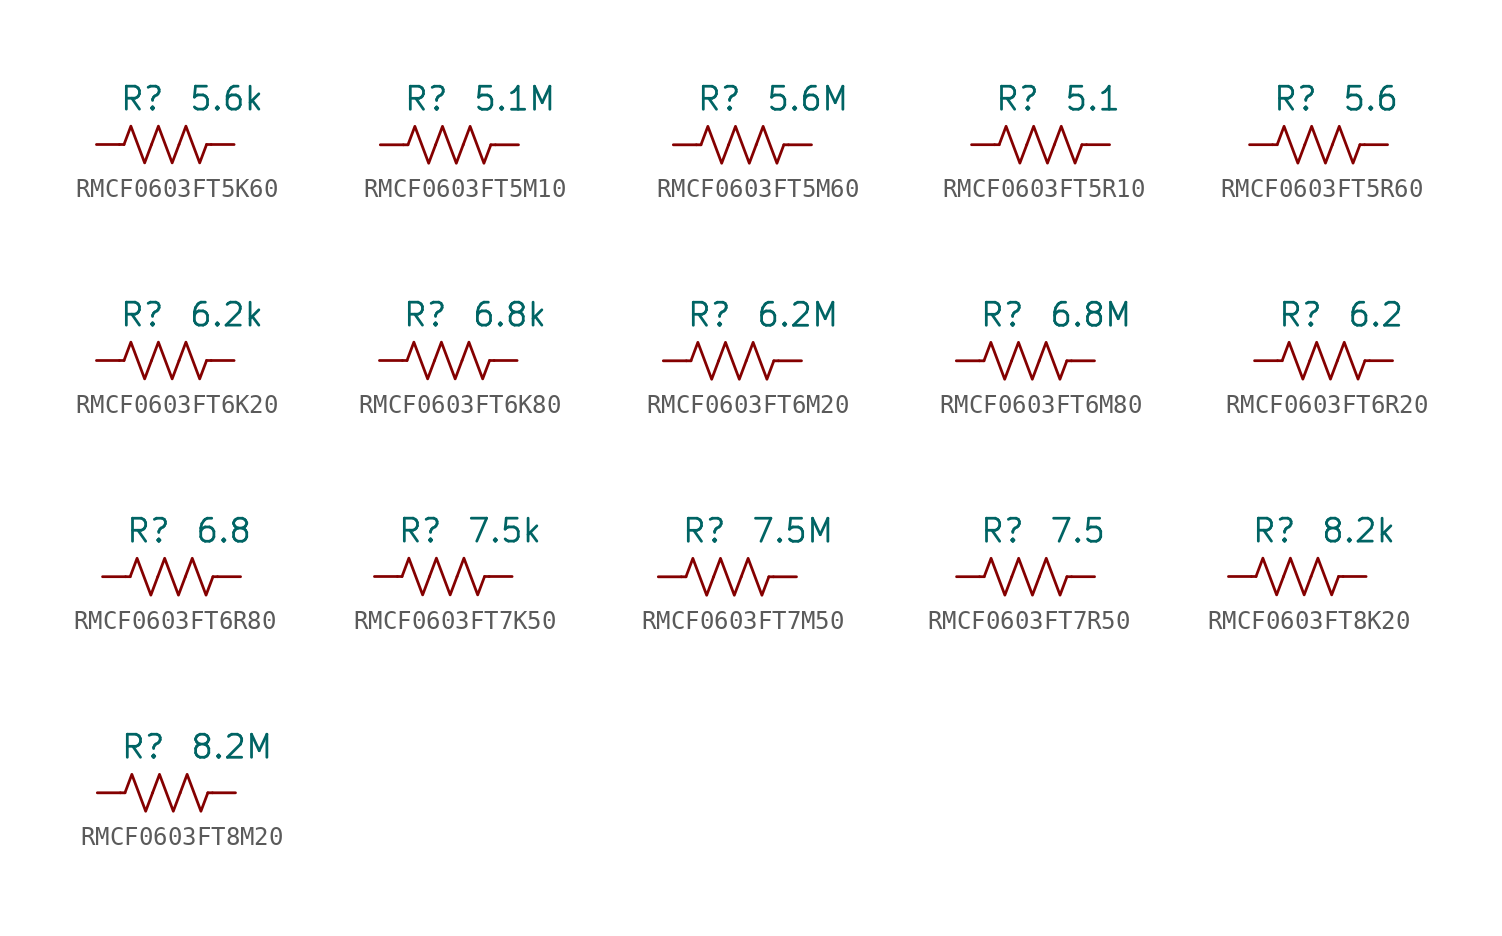
<source format=kicad_sym>
(kicad_symbol_lib
  (version 20241209)
  (generator "kicad_symbol_editor")
  (generator_version "9.0")
  (symbol "RMCF0603FT5K60"
    (pin_numbers
      (hide yes))
    (property "Reference" "R"
      (at 0 2.54 0)
      (effects (font (size 1.27 1.27)) (justify right)))
    (property "Value" "5.6k"
      (at 1.27 2.54 0)
      (effects (font (size 1.27 1.27)) (justify left)))
    (symbol "RMCF0603FT5K60_0_1"
      (polyline (pts (xy -2.286 0) (xy -2.54 0)) (stroke (width 0) (type default)) (fill (type none)))
      (polyline (pts (xy -2.286 0) (xy -1.905 1.016) (xy -1.524 0) (xy -1.143 -1.016) (xy -0.762 0)) (stroke (width 0) (type default)) (fill (type none)))
      (polyline (pts (xy -0.762 0) (xy -0.381 1.016) (xy 0 0) (xy 0.381 -1.016) (xy 0.762 0)) (stroke (width 0) (type default)) (fill (type none)))
      (polyline (pts (xy 0.762 0) (xy 1.143 1.016) (xy 1.524 0) (xy 1.905 -1.016) (xy 2.286 0)) (stroke (width 0) (type default)) (fill (type none)))
      (polyline (pts (xy 2.286 0) (xy 2.54 0)) (stroke (width 0) (type default)) (fill (type none))))
    (symbol "RMCF0603FT5K60_1_1"
      (pin passive line (at -3.81 0 0) (length 1.27) (name "~" (effects (font (size 1.27 1.27)))) (number "1" (effects (font (size 1.27 1.27)))))
      (pin passive line (at 3.81 0 180) (length 1.27) (name "~" (effects (font (size 1.27 1.27)))) (number "2" (effects (font (size 1.27 1.27)))))))
  (symbol "RMCF0603FT5M10"
    (pin_numbers
      (hide yes))
    (property "Reference" "R"
      (at 0 2.54 0)
      (effects (font (size 1.27 1.27)) (justify right)))
    (property "Value" "5.1M"
      (at 1.27 2.54 0)
      (effects (font (size 1.27 1.27)) (justify left)))
    (symbol "RMCF0603FT5M10_0_1"
      (polyline (pts (xy -2.286 0) (xy -2.54 0)) (stroke (width 0) (type default)) (fill (type none)))
      (polyline (pts (xy -2.286 0) (xy -1.905 1.016) (xy -1.524 0) (xy -1.143 -1.016) (xy -0.762 0)) (stroke (width 0) (type default)) (fill (type none)))
      (polyline (pts (xy -0.762 0) (xy -0.381 1.016) (xy 0 0) (xy 0.381 -1.016) (xy 0.762 0)) (stroke (width 0) (type default)) (fill (type none)))
      (polyline (pts (xy 0.762 0) (xy 1.143 1.016) (xy 1.524 0) (xy 1.905 -1.016) (xy 2.286 0)) (stroke (width 0) (type default)) (fill (type none)))
      (polyline (pts (xy 2.286 0) (xy 2.54 0)) (stroke (width 0) (type default)) (fill (type none))))
    (symbol "RMCF0603FT5M10_1_1"
      (pin passive line (at -3.81 0 0) (length 1.27) (name "~" (effects (font (size 1.27 1.27)))) (number "1" (effects (font (size 1.27 1.27)))))
      (pin passive line (at 3.81 0 180) (length 1.27) (name "~" (effects (font (size 1.27 1.27)))) (number "2" (effects (font (size 1.27 1.27)))))))
  (symbol "RMCF0603FT5M60"
    (pin_numbers
      (hide yes))
    (property "Reference" "R"
      (at 0 2.54 0)
      (effects (font (size 1.27 1.27)) (justify right)))
    (property "Value" "5.6M"
      (at 1.27 2.54 0)
      (effects (font (size 1.27 1.27)) (justify left)))
    (symbol "RMCF0603FT5M60_0_1"
      (polyline (pts (xy -2.286 0) (xy -2.54 0)) (stroke (width 0) (type default)) (fill (type none)))
      (polyline (pts (xy -2.286 0) (xy -1.905 1.016) (xy -1.524 0) (xy -1.143 -1.016) (xy -0.762 0)) (stroke (width 0) (type default)) (fill (type none)))
      (polyline (pts (xy -0.762 0) (xy -0.381 1.016) (xy 0 0) (xy 0.381 -1.016) (xy 0.762 0)) (stroke (width 0) (type default)) (fill (type none)))
      (polyline (pts (xy 0.762 0) (xy 1.143 1.016) (xy 1.524 0) (xy 1.905 -1.016) (xy 2.286 0)) (stroke (width 0) (type default)) (fill (type none)))
      (polyline (pts (xy 2.286 0) (xy 2.54 0)) (stroke (width 0) (type default)) (fill (type none))))
    (symbol "RMCF0603FT5M60_1_1"
      (pin passive line (at -3.81 0 0) (length 1.27) (name "~" (effects (font (size 1.27 1.27)))) (number "1" (effects (font (size 1.27 1.27)))))
      (pin passive line (at 3.81 0 180) (length 1.27) (name "~" (effects (font (size 1.27 1.27)))) (number "2" (effects (font (size 1.27 1.27)))))))
  (symbol "RMCF0603FT5R10"
    (pin_numbers
      (hide yes))
    (property "Reference" "R"
      (at 0 2.54 0)
      (effects (font (size 1.27 1.27)) (justify right)))
    (property "Value" "5.1"
      (at 1.27 2.54 0)
      (effects (font (size 1.27 1.27)) (justify left)))
    (symbol "RMCF0603FT5R10_0_1"
      (polyline (pts (xy -2.286 0) (xy -2.54 0)) (stroke (width 0) (type default)) (fill (type none)))
      (polyline (pts (xy -2.286 0) (xy -1.905 1.016) (xy -1.524 0) (xy -1.143 -1.016) (xy -0.762 0)) (stroke (width 0) (type default)) (fill (type none)))
      (polyline (pts (xy -0.762 0) (xy -0.381 1.016) (xy 0 0) (xy 0.381 -1.016) (xy 0.762 0)) (stroke (width 0) (type default)) (fill (type none)))
      (polyline (pts (xy 0.762 0) (xy 1.143 1.016) (xy 1.524 0) (xy 1.905 -1.016) (xy 2.286 0)) (stroke (width 0) (type default)) (fill (type none)))
      (polyline (pts (xy 2.286 0) (xy 2.54 0)) (stroke (width 0) (type default)) (fill (type none))))
    (symbol "RMCF0603FT5R10_1_1"
      (pin passive line (at -3.81 0 0) (length 1.27) (name "~" (effects (font (size 1.27 1.27)))) (number "1" (effects (font (size 1.27 1.27)))))
      (pin passive line (at 3.81 0 180) (length 1.27) (name "~" (effects (font (size 1.27 1.27)))) (number "2" (effects (font (size 1.27 1.27)))))))
  (symbol "RMCF0603FT5R60"
    (pin_numbers
      (hide yes))
    (property "Reference" "R"
      (at 0 2.54 0)
      (effects (font (size 1.27 1.27)) (justify right)))
    (property "Value" "5.6"
      (at 1.27 2.54 0)
      (effects (font (size 1.27 1.27)) (justify left)))
    (symbol "RMCF0603FT5R60_0_1"
      (polyline (pts (xy -2.286 0) (xy -2.54 0)) (stroke (width 0) (type default)) (fill (type none)))
      (polyline (pts (xy -2.286 0) (xy -1.905 1.016) (xy -1.524 0) (xy -1.143 -1.016) (xy -0.762 0)) (stroke (width 0) (type default)) (fill (type none)))
      (polyline (pts (xy -0.762 0) (xy -0.381 1.016) (xy 0 0) (xy 0.381 -1.016) (xy 0.762 0)) (stroke (width 0) (type default)) (fill (type none)))
      (polyline (pts (xy 0.762 0) (xy 1.143 1.016) (xy 1.524 0) (xy 1.905 -1.016) (xy 2.286 0)) (stroke (width 0) (type default)) (fill (type none)))
      (polyline (pts (xy 2.286 0) (xy 2.54 0)) (stroke (width 0) (type default)) (fill (type none))))
    (symbol "RMCF0603FT5R60_1_1"
      (pin passive line (at -3.81 0 0) (length 1.27) (name "~" (effects (font (size 1.27 1.27)))) (number "1" (effects (font (size 1.27 1.27)))))
      (pin passive line (at 3.81 0 180) (length 1.27) (name "~" (effects (font (size 1.27 1.27)))) (number "2" (effects (font (size 1.27 1.27)))))))
  (symbol "RMCF0603FT6K20"
    (pin_numbers
      (hide yes))
    (property "Reference" "R"
      (at 0 2.54 0)
      (effects (font (size 1.27 1.27)) (justify right)))
    (property "Value" "6.2k"
      (at 1.27 2.54 0)
      (effects (font (size 1.27 1.27)) (justify left)))
    (symbol "RMCF0603FT6K20_0_1"
      (polyline (pts (xy -2.286 0) (xy -2.54 0)) (stroke (width 0) (type default)) (fill (type none)))
      (polyline (pts (xy -2.286 0) (xy -1.905 1.016) (xy -1.524 0) (xy -1.143 -1.016) (xy -0.762 0)) (stroke (width 0) (type default)) (fill (type none)))
      (polyline (pts (xy -0.762 0) (xy -0.381 1.016) (xy 0 0) (xy 0.381 -1.016) (xy 0.762 0)) (stroke (width 0) (type default)) (fill (type none)))
      (polyline (pts (xy 0.762 0) (xy 1.143 1.016) (xy 1.524 0) (xy 1.905 -1.016) (xy 2.286 0)) (stroke (width 0) (type default)) (fill (type none)))
      (polyline (pts (xy 2.286 0) (xy 2.54 0)) (stroke (width 0) (type default)) (fill (type none))))
    (symbol "RMCF0603FT6K20_1_1"
      (pin passive line (at -3.81 0 0) (length 1.27) (name "~" (effects (font (size 1.27 1.27)))) (number "1" (effects (font (size 1.27 1.27)))))
      (pin passive line (at 3.81 0 180) (length 1.27) (name "~" (effects (font (size 1.27 1.27)))) (number "2" (effects (font (size 1.27 1.27)))))))
  (symbol "RMCF0603FT6K80"
    (pin_numbers
      (hide yes))
    (property "Reference" "R"
      (at 0 2.54 0)
      (effects (font (size 1.27 1.27)) (justify right)))
    (property "Value" "6.8k"
      (at 1.27 2.54 0)
      (effects (font (size 1.27 1.27)) (justify left)))
    (symbol "RMCF0603FT6K80_0_1"
      (polyline (pts (xy -2.286 0) (xy -2.54 0)) (stroke (width 0) (type default)) (fill (type none)))
      (polyline (pts (xy -2.286 0) (xy -1.905 1.016) (xy -1.524 0) (xy -1.143 -1.016) (xy -0.762 0)) (stroke (width 0) (type default)) (fill (type none)))
      (polyline (pts (xy -0.762 0) (xy -0.381 1.016) (xy 0 0) (xy 0.381 -1.016) (xy 0.762 0)) (stroke (width 0) (type default)) (fill (type none)))
      (polyline (pts (xy 0.762 0) (xy 1.143 1.016) (xy 1.524 0) (xy 1.905 -1.016) (xy 2.286 0)) (stroke (width 0) (type default)) (fill (type none)))
      (polyline (pts (xy 2.286 0) (xy 2.54 0)) (stroke (width 0) (type default)) (fill (type none))))
    (symbol "RMCF0603FT6K80_1_1"
      (pin passive line (at -3.81 0 0) (length 1.27) (name "~" (effects (font (size 1.27 1.27)))) (number "1" (effects (font (size 1.27 1.27)))))
      (pin passive line (at 3.81 0 180) (length 1.27) (name "~" (effects (font (size 1.27 1.27)))) (number "2" (effects (font (size 1.27 1.27)))))))
  (symbol "RMCF0603FT6M20"
    (pin_numbers
      (hide yes))
    (property "Reference" "R"
      (at 0 2.54 0)
      (effects (font (size 1.27 1.27)) (justify right)))
    (property "Value" "6.2M"
      (at 1.27 2.54 0)
      (effects (font (size 1.27 1.27)) (justify left)))
    (symbol "RMCF0603FT6M20_0_1"
      (polyline (pts (xy -2.286 0) (xy -2.54 0)) (stroke (width 0) (type default)) (fill (type none)))
      (polyline (pts (xy -2.286 0) (xy -1.905 1.016) (xy -1.524 0) (xy -1.143 -1.016) (xy -0.762 0)) (stroke (width 0) (type default)) (fill (type none)))
      (polyline (pts (xy -0.762 0) (xy -0.381 1.016) (xy 0 0) (xy 0.381 -1.016) (xy 0.762 0)) (stroke (width 0) (type default)) (fill (type none)))
      (polyline (pts (xy 0.762 0) (xy 1.143 1.016) (xy 1.524 0) (xy 1.905 -1.016) (xy 2.286 0)) (stroke (width 0) (type default)) (fill (type none)))
      (polyline (pts (xy 2.286 0) (xy 2.54 0)) (stroke (width 0) (type default)) (fill (type none))))
    (symbol "RMCF0603FT6M20_1_1"
      (pin passive line (at -3.81 0 0) (length 1.27) (name "~" (effects (font (size 1.27 1.27)))) (number "1" (effects (font (size 1.27 1.27)))))
      (pin passive line (at 3.81 0 180) (length 1.27) (name "~" (effects (font (size 1.27 1.27)))) (number "2" (effects (font (size 1.27 1.27)))))))
  (symbol "RMCF0603FT6M80"
    (pin_numbers
      (hide yes))
    (property "Reference" "R"
      (at 0 2.54 0)
      (effects (font (size 1.27 1.27)) (justify right)))
    (property "Value" "6.8M"
      (at 1.27 2.54 0)
      (effects (font (size 1.27 1.27)) (justify left)))
    (symbol "RMCF0603FT6M80_0_1"
      (polyline (pts (xy -2.286 0) (xy -2.54 0)) (stroke (width 0) (type default)) (fill (type none)))
      (polyline (pts (xy -2.286 0) (xy -1.905 1.016) (xy -1.524 0) (xy -1.143 -1.016) (xy -0.762 0)) (stroke (width 0) (type default)) (fill (type none)))
      (polyline (pts (xy -0.762 0) (xy -0.381 1.016) (xy 0 0) (xy 0.381 -1.016) (xy 0.762 0)) (stroke (width 0) (type default)) (fill (type none)))
      (polyline (pts (xy 0.762 0) (xy 1.143 1.016) (xy 1.524 0) (xy 1.905 -1.016) (xy 2.286 0)) (stroke (width 0) (type default)) (fill (type none)))
      (polyline (pts (xy 2.286 0) (xy 2.54 0)) (stroke (width 0) (type default)) (fill (type none))))
    (symbol "RMCF0603FT6M80_1_1"
      (pin passive line (at -3.81 0 0) (length 1.27) (name "~" (effects (font (size 1.27 1.27)))) (number "1" (effects (font (size 1.27 1.27)))))
      (pin passive line (at 3.81 0 180) (length 1.27) (name "~" (effects (font (size 1.27 1.27)))) (number "2" (effects (font (size 1.27 1.27)))))))
  (symbol "RMCF0603FT6R20"
    (pin_numbers
      (hide yes))
    (property "Reference" "R"
      (at 0 2.54 0)
      (effects (font (size 1.27 1.27)) (justify right)))
    (property "Value" "6.2"
      (at 1.27 2.54 0)
      (effects (font (size 1.27 1.27)) (justify left)))
    (symbol "RMCF0603FT6R20_0_1"
      (polyline (pts (xy -2.286 0) (xy -2.54 0)) (stroke (width 0) (type default)) (fill (type none)))
      (polyline (pts (xy -2.286 0) (xy -1.905 1.016) (xy -1.524 0) (xy -1.143 -1.016) (xy -0.762 0)) (stroke (width 0) (type default)) (fill (type none)))
      (polyline (pts (xy -0.762 0) (xy -0.381 1.016) (xy 0 0) (xy 0.381 -1.016) (xy 0.762 0)) (stroke (width 0) (type default)) (fill (type none)))
      (polyline (pts (xy 0.762 0) (xy 1.143 1.016) (xy 1.524 0) (xy 1.905 -1.016) (xy 2.286 0)) (stroke (width 0) (type default)) (fill (type none)))
      (polyline (pts (xy 2.286 0) (xy 2.54 0)) (stroke (width 0) (type default)) (fill (type none))))
    (symbol "RMCF0603FT6R20_1_1"
      (pin passive line (at -3.81 0 0) (length 1.27) (name "~" (effects (font (size 1.27 1.27)))) (number "1" (effects (font (size 1.27 1.27)))))
      (pin passive line (at 3.81 0 180) (length 1.27) (name "~" (effects (font (size 1.27 1.27)))) (number "2" (effects (font (size 1.27 1.27)))))))
  (symbol "RMCF0603FT6R80"
    (pin_numbers
      (hide yes))
    (property "Reference" "R"
      (at 0 2.54 0)
      (effects (font (size 1.27 1.27)) (justify right)))
    (property "Value" "6.8"
      (at 1.27 2.54 0)
      (effects (font (size 1.27 1.27)) (justify left)))
    (symbol "RMCF0603FT6R80_0_1"
      (polyline (pts (xy -2.286 0) (xy -2.54 0)) (stroke (width 0) (type default)) (fill (type none)))
      (polyline (pts (xy -2.286 0) (xy -1.905 1.016) (xy -1.524 0) (xy -1.143 -1.016) (xy -0.762 0)) (stroke (width 0) (type default)) (fill (type none)))
      (polyline (pts (xy -0.762 0) (xy -0.381 1.016) (xy 0 0) (xy 0.381 -1.016) (xy 0.762 0)) (stroke (width 0) (type default)) (fill (type none)))
      (polyline (pts (xy 0.762 0) (xy 1.143 1.016) (xy 1.524 0) (xy 1.905 -1.016) (xy 2.286 0)) (stroke (width 0) (type default)) (fill (type none)))
      (polyline (pts (xy 2.286 0) (xy 2.54 0)) (stroke (width 0) (type default)) (fill (type none))))
    (symbol "RMCF0603FT6R80_1_1"
      (pin passive line (at -3.81 0 0) (length 1.27) (name "~" (effects (font (size 1.27 1.27)))) (number "1" (effects (font (size 1.27 1.27)))))
      (pin passive line (at 3.81 0 180) (length 1.27) (name "~" (effects (font (size 1.27 1.27)))) (number "2" (effects (font (size 1.27 1.27)))))))
  (symbol "RMCF0603FT7K50"
    (pin_numbers
      (hide yes))
    (property "Reference" "R"
      (at 0 2.54 0)
      (effects (font (size 1.27 1.27)) (justify right)))
    (property "Value" "7.5k"
      (at 1.27 2.54 0)
      (effects (font (size 1.27 1.27)) (justify left)))
    (symbol "RMCF0603FT7K50_0_1"
      (polyline (pts (xy -2.286 0) (xy -2.54 0)) (stroke (width 0) (type default)) (fill (type none)))
      (polyline (pts (xy -2.286 0) (xy -1.905 1.016) (xy -1.524 0) (xy -1.143 -1.016) (xy -0.762 0)) (stroke (width 0) (type default)) (fill (type none)))
      (polyline (pts (xy -0.762 0) (xy -0.381 1.016) (xy 0 0) (xy 0.381 -1.016) (xy 0.762 0)) (stroke (width 0) (type default)) (fill (type none)))
      (polyline (pts (xy 0.762 0) (xy 1.143 1.016) (xy 1.524 0) (xy 1.905 -1.016) (xy 2.286 0)) (stroke (width 0) (type default)) (fill (type none)))
      (polyline (pts (xy 2.286 0) (xy 2.54 0)) (stroke (width 0) (type default)) (fill (type none))))
    (symbol "RMCF0603FT7K50_1_1"
      (pin passive line (at -3.81 0 0) (length 1.27) (name "~" (effects (font (size 1.27 1.27)))) (number "1" (effects (font (size 1.27 1.27)))))
      (pin passive line (at 3.81 0 180) (length 1.27) (name "~" (effects (font (size 1.27 1.27)))) (number "2" (effects (font (size 1.27 1.27)))))))
  (symbol "RMCF0603FT7M50"
    (pin_numbers
      (hide yes))
    (property "Reference" "R"
      (at 0 2.54 0)
      (effects (font (size 1.27 1.27)) (justify right)))
    (property "Value" "7.5M"
      (at 1.27 2.54 0)
      (effects (font (size 1.27 1.27)) (justify left)))
    (symbol "RMCF0603FT7M50_0_1"
      (polyline (pts (xy -2.286 0) (xy -2.54 0)) (stroke (width 0) (type default)) (fill (type none)))
      (polyline (pts (xy -2.286 0) (xy -1.905 1.016) (xy -1.524 0) (xy -1.143 -1.016) (xy -0.762 0)) (stroke (width 0) (type default)) (fill (type none)))
      (polyline (pts (xy -0.762 0) (xy -0.381 1.016) (xy 0 0) (xy 0.381 -1.016) (xy 0.762 0)) (stroke (width 0) (type default)) (fill (type none)))
      (polyline (pts (xy 0.762 0) (xy 1.143 1.016) (xy 1.524 0) (xy 1.905 -1.016) (xy 2.286 0)) (stroke (width 0) (type default)) (fill (type none)))
      (polyline (pts (xy 2.286 0) (xy 2.54 0)) (stroke (width 0) (type default)) (fill (type none))))
    (symbol "RMCF0603FT7M50_1_1"
      (pin passive line (at -3.81 0 0) (length 1.27) (name "~" (effects (font (size 1.27 1.27)))) (number "1" (effects (font (size 1.27 1.27)))))
      (pin passive line (at 3.81 0 180) (length 1.27) (name "~" (effects (font (size 1.27 1.27)))) (number "2" (effects (font (size 1.27 1.27)))))))
  (symbol "RMCF0603FT7R50"
    (pin_numbers
      (hide yes))
    (property "Reference" "R"
      (at 0 2.54 0)
      (effects (font (size 1.27 1.27)) (justify right)))
    (property "Value" "7.5"
      (at 1.27 2.54 0)
      (effects (font (size 1.27 1.27)) (justify left)))
    (symbol "RMCF0603FT7R50_0_1"
      (polyline (pts (xy -2.286 0) (xy -2.54 0)) (stroke (width 0) (type default)) (fill (type none)))
      (polyline (pts (xy -2.286 0) (xy -1.905 1.016) (xy -1.524 0) (xy -1.143 -1.016) (xy -0.762 0)) (stroke (width 0) (type default)) (fill (type none)))
      (polyline (pts (xy -0.762 0) (xy -0.381 1.016) (xy 0 0) (xy 0.381 -1.016) (xy 0.762 0)) (stroke (width 0) (type default)) (fill (type none)))
      (polyline (pts (xy 0.762 0) (xy 1.143 1.016) (xy 1.524 0) (xy 1.905 -1.016) (xy 2.286 0)) (stroke (width 0) (type default)) (fill (type none)))
      (polyline (pts (xy 2.286 0) (xy 2.54 0)) (stroke (width 0) (type default)) (fill (type none))))
    (symbol "RMCF0603FT7R50_1_1"
      (pin passive line (at -3.81 0 0) (length 1.27) (name "~" (effects (font (size 1.27 1.27)))) (number "1" (effects (font (size 1.27 1.27)))))
      (pin passive line (at 3.81 0 180) (length 1.27) (name "~" (effects (font (size 1.27 1.27)))) (number "2" (effects (font (size 1.27 1.27)))))))
  (symbol "RMCF0603FT8K20"
    (pin_numbers
      (hide yes))
    (property "Reference" "R"
      (at 0 2.54 0)
      (effects (font (size 1.27 1.27)) (justify right)))
    (property "Value" "8.2k"
      (at 1.27 2.54 0)
      (effects (font (size 1.27 1.27)) (justify left)))
    (symbol "RMCF0603FT8K20_0_1"
      (polyline (pts (xy -2.286 0) (xy -2.54 0)) (stroke (width 0) (type default)) (fill (type none)))
      (polyline (pts (xy -2.286 0) (xy -1.905 1.016) (xy -1.524 0) (xy -1.143 -1.016) (xy -0.762 0)) (stroke (width 0) (type default)) (fill (type none)))
      (polyline (pts (xy -0.762 0) (xy -0.381 1.016) (xy 0 0) (xy 0.381 -1.016) (xy 0.762 0)) (stroke (width 0) (type default)) (fill (type none)))
      (polyline (pts (xy 0.762 0) (xy 1.143 1.016) (xy 1.524 0) (xy 1.905 -1.016) (xy 2.286 0)) (stroke (width 0) (type default)) (fill (type none)))
      (polyline (pts (xy 2.286 0) (xy 2.54 0)) (stroke (width 0) (type default)) (fill (type none))))
    (symbol "RMCF0603FT8K20_1_1"
      (pin passive line (at -3.81 0 0) (length 1.27) (name "~" (effects (font (size 1.27 1.27)))) (number "1" (effects (font (size 1.27 1.27)))))
      (pin passive line (at 3.81 0 180) (length 1.27) (name "~" (effects (font (size 1.27 1.27)))) (number "2" (effects (font (size 1.27 1.27)))))))
  (symbol "RMCF0603FT8M20"
    (pin_numbers
      (hide yes))
    (property "Reference" "R"
      (at 0 2.54 0)
      (effects (font (size 1.27 1.27)) (justify right)))
    (property "Value" "8.2M"
      (at 1.27 2.54 0)
      (effects (font (size 1.27 1.27)) (justify left)))
    (symbol "RMCF0603FT8M20_0_1"
      (polyline (pts (xy -2.286 0) (xy -2.54 0)) (stroke (width 0) (type default)) (fill (type none)))
      (polyline (pts (xy -2.286 0) (xy -1.905 1.016) (xy -1.524 0) (xy -1.143 -1.016) (xy -0.762 0)) (stroke (width 0) (type default)) (fill (type none)))
      (polyline (pts (xy -0.762 0) (xy -0.381 1.016) (xy 0 0) (xy 0.381 -1.016) (xy 0.762 0)) (stroke (width 0) (type default)) (fill (type none)))
      (polyline (pts (xy 0.762 0) (xy 1.143 1.016) (xy 1.524 0) (xy 1.905 -1.016) (xy 2.286 0)) (stroke (width 0) (type default)) (fill (type none)))
      (polyline (pts (xy 2.286 0) (xy 2.54 0)) (stroke (width 0) (type default)) (fill (type none))))
    (symbol "RMCF0603FT8M20_1_1"
      (pin passive line (at -3.81 0 0) (length 1.27) (name "~" (effects (font (size 1.27 1.27)))) (number "1" (effects (font (size 1.27 1.27)))))
      (pin passive line (at 3.81 0 180) (length 1.27) (name "~" (effects (font (size 1.27 1.27)))) (number "2" (effects (font (size 1.27 1.27))))))))
</source>
